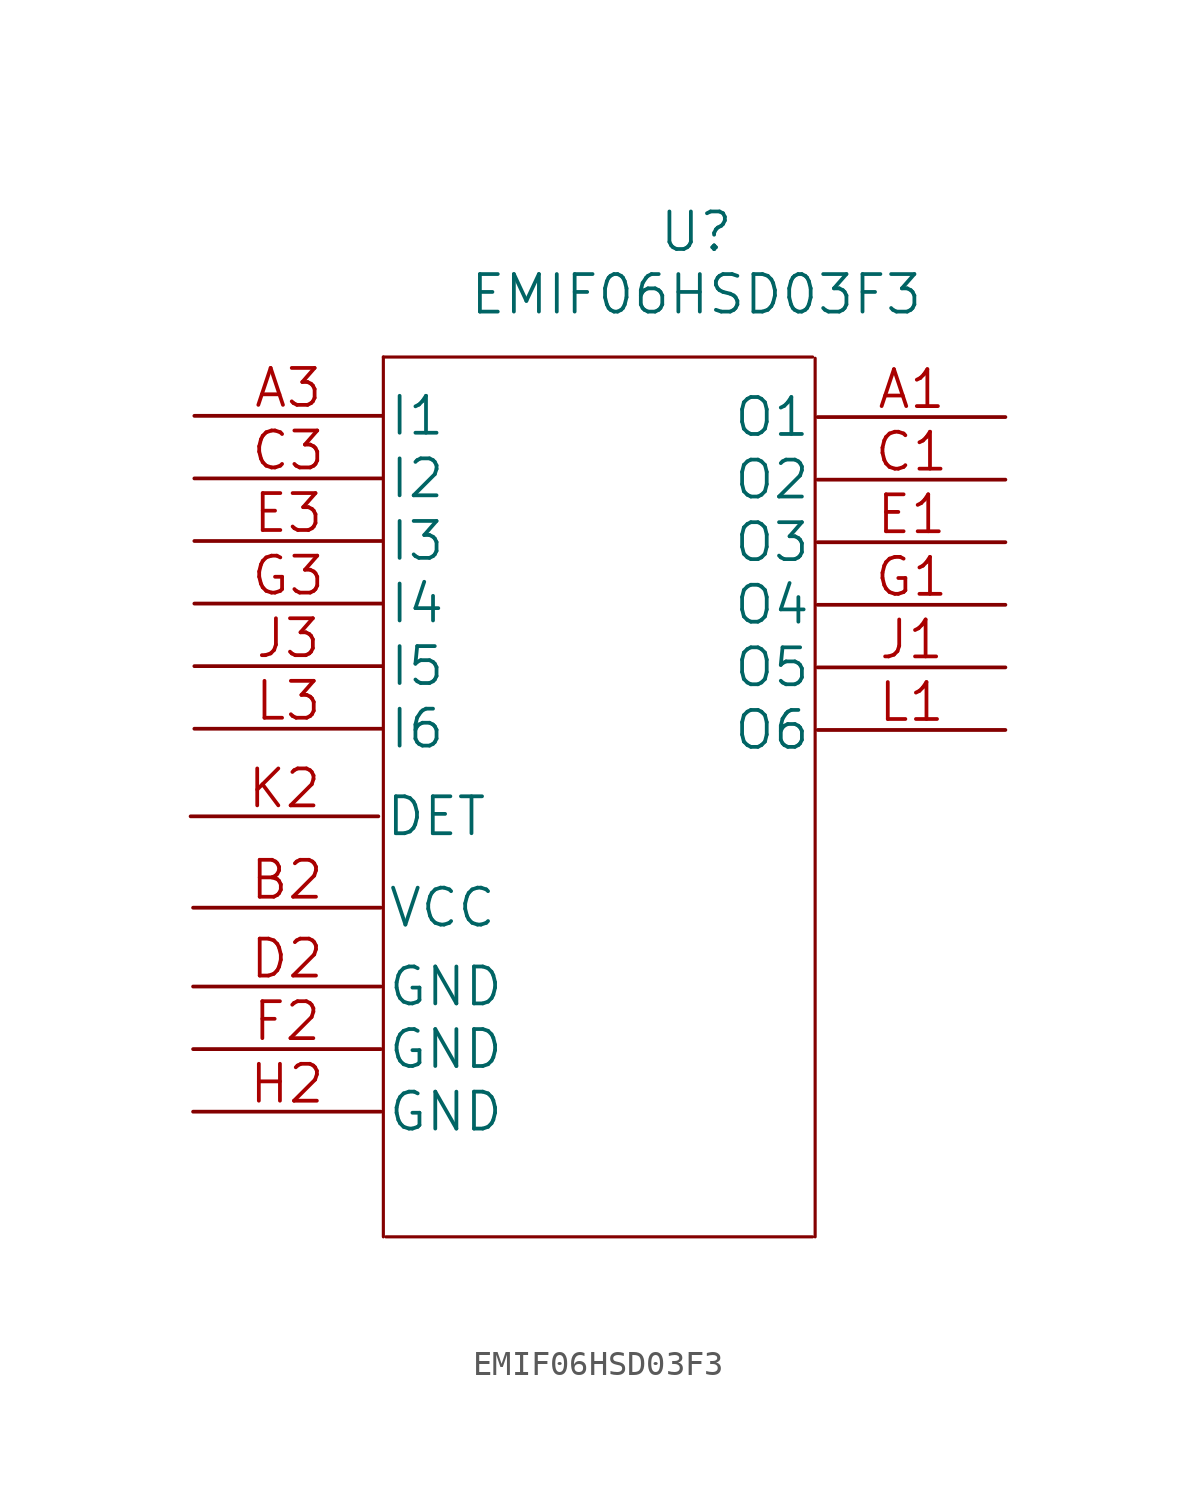
<source format=kicad_sym>
(kicad_symbol_lib
  (version 20201005)
  (generator kicad_symbol_editor)
  (symbol "EMIF06:EMIF06HSD03F3"
    (pin_names
      (offset 0.254))
    (property "Reference" "U"
      (at 20.32 12.7 0)
      (effects (font (size 1.524 1.524))))
    (property "Value" "EMIF06HSD03F3"
      (at 20.32 10.16 0)
      (effects (font (size 1.524 1.524))))
    (property "Datasheet" ""
      (at -0.051 5.232 0)
      (effects (font (size 1.524 1.524))))
    (property "ki_locked" ""
      (at 0 0 0)
      (effects (font (size 1.27 1.27))))
    (symbol "EMIF06HSD03F3_1_1"
      (polyline (pts (xy 7.62 7.62) (xy 7.62 -28.092)) (stroke (width 0.127)) (fill (type none)))
      (polyline (pts (xy 7.722 -28.092) (xy 25.044 -28.092)) (stroke (width 0.127)) (fill (type none)))
      (polyline (pts (xy 25.146 -28.092) (xy 25.146 7.569)) (stroke (width 0.127)) (fill (type none)))
      (polyline (pts (xy 25.044 7.62) (xy 7.62 7.62)) (stroke (width 0.127)) (fill (type none)))
      (pin output line (at 32.868 5.182 180) (length 7.62) (name "O1" (effects (font (size 1.499 1.499)))) (number "A1" (effects (font (size 1.499 1.499)))))
      (pin input line (at -0.051 5.232 0) (length 7.62) (name "I1" (effects (font (size 1.499 1.499)))) (number "A3" (effects (font (size 1.499 1.499)))))
      (pin power_in line (at -0.102 -14.732 0) (length 7.62) (name "VCC" (effects (font (size 1.499 1.499)))) (number "B2" (effects (font (size 1.499 1.499)))))
      (pin output line (at 32.868 2.642 180) (length 7.62) (name "O2" (effects (font (size 1.499 1.499)))) (number "C1" (effects (font (size 1.499 1.499)))))
      (pin input line (at -0.051 2.692 0) (length 7.62) (name "I2" (effects (font (size 1.499 1.499)))) (number "C3" (effects (font (size 1.499 1.499)))))
      (pin power_in line (at -0.102 -17.932 0) (length 7.62) (name "GND" (effects (font (size 1.499 1.499)))) (number "D2" (effects (font (size 1.499 1.499)))))
      (pin output line (at 32.868 0.102 180) (length 7.62) (name "O3" (effects (font (size 1.499 1.499)))) (number "E1" (effects (font (size 1.499 1.499)))))
      (pin input line (at -0.051 0.152 0) (length 7.62) (name "I3" (effects (font (size 1.499 1.499)))) (number "E3" (effects (font (size 1.499 1.499)))))
      (pin power_in line (at -0.102 -20.472 0) (length 7.62) (name "GND" (effects (font (size 1.499 1.499)))) (number "F2" (effects (font (size 1.499 1.499)))))
      (pin output line (at 32.868 -2.438 180) (length 7.62) (name "O4" (effects (font (size 1.499 1.499)))) (number "G1" (effects (font (size 1.499 1.499)))))
      (pin input line (at -0.051 -2.388 0) (length 7.62) (name "I4" (effects (font (size 1.499 1.499)))) (number "G3" (effects (font (size 1.499 1.499)))))
      (pin power_in line (at -0.102 -23.012 0) (length 7.62) (name "GND" (effects (font (size 1.499 1.499)))) (number "H2" (effects (font (size 1.499 1.499)))))
      (pin output line (at 32.868 -4.978 180) (length 7.62) (name "O5" (effects (font (size 1.499 1.499)))) (number "J1" (effects (font (size 1.499 1.499)))))
      (pin input line (at -0.051 -4.928 0) (length 7.62) (name "I5" (effects (font (size 1.499 1.499)))) (number "J3" (effects (font (size 1.499 1.499)))))
      (pin unspecified line (at -0.203 -11.024 0) (length 7.62) (name "DET" (effects (font (size 1.499 1.499)))) (number "K2" (effects (font (size 1.499 1.499)))))
      (pin output line (at 32.868 -7.518 180) (length 7.62) (name "O6" (effects (font (size 1.499 1.499)))) (number "L1" (effects (font (size 1.499 1.499)))))
      (pin input line (at -0.051 -7.468 0) (length 7.62) (name "I6" (effects (font (size 1.499 1.499)))) (number "L3" (effects (font (size 1.499 1.499))))))))
</source>
